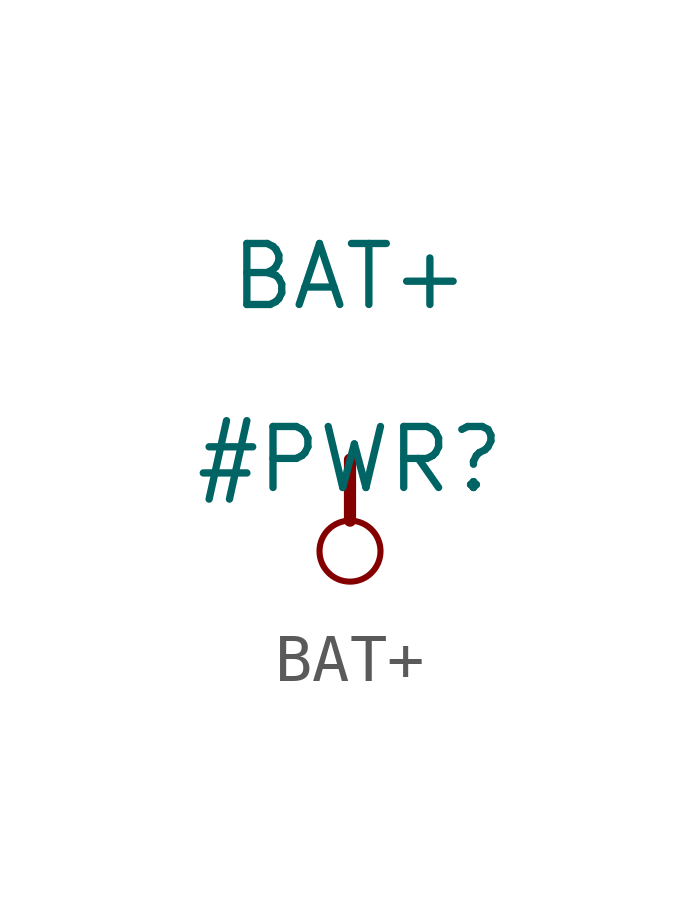
<source format=kicad_sym>
(kicad_symbol_lib
  (version 20220914)
  (generator kicad_symbol_editor)
  (symbol "BAT+"
    (power)
    (property "Reference" "#PWR"
      (at 0 0 0)
      (effects (font (size 1.27 1.27))))
    (property "Value" "BAT+"
      (at 0 3.81 0)
      (effects (font (size 1.27 1.27))))
    (symbol "BAT+_0_0"
      (circle (center 0 -1.905) (radius 0.635) (stroke (width 0.127) (type solid)) (fill (type none)))
      (polyline (pts (xy 0 0) (xy 0 -1.27)) (stroke (width 0.254) (type solid)) (fill (type none)))
      (pin power_in line (at 0 0 0) (length 0) hide (name "BAT+" (effects (font (size 1.27 1.27)))) (number "" (effects (font (size 1.27 1.27))))))))
</source>
